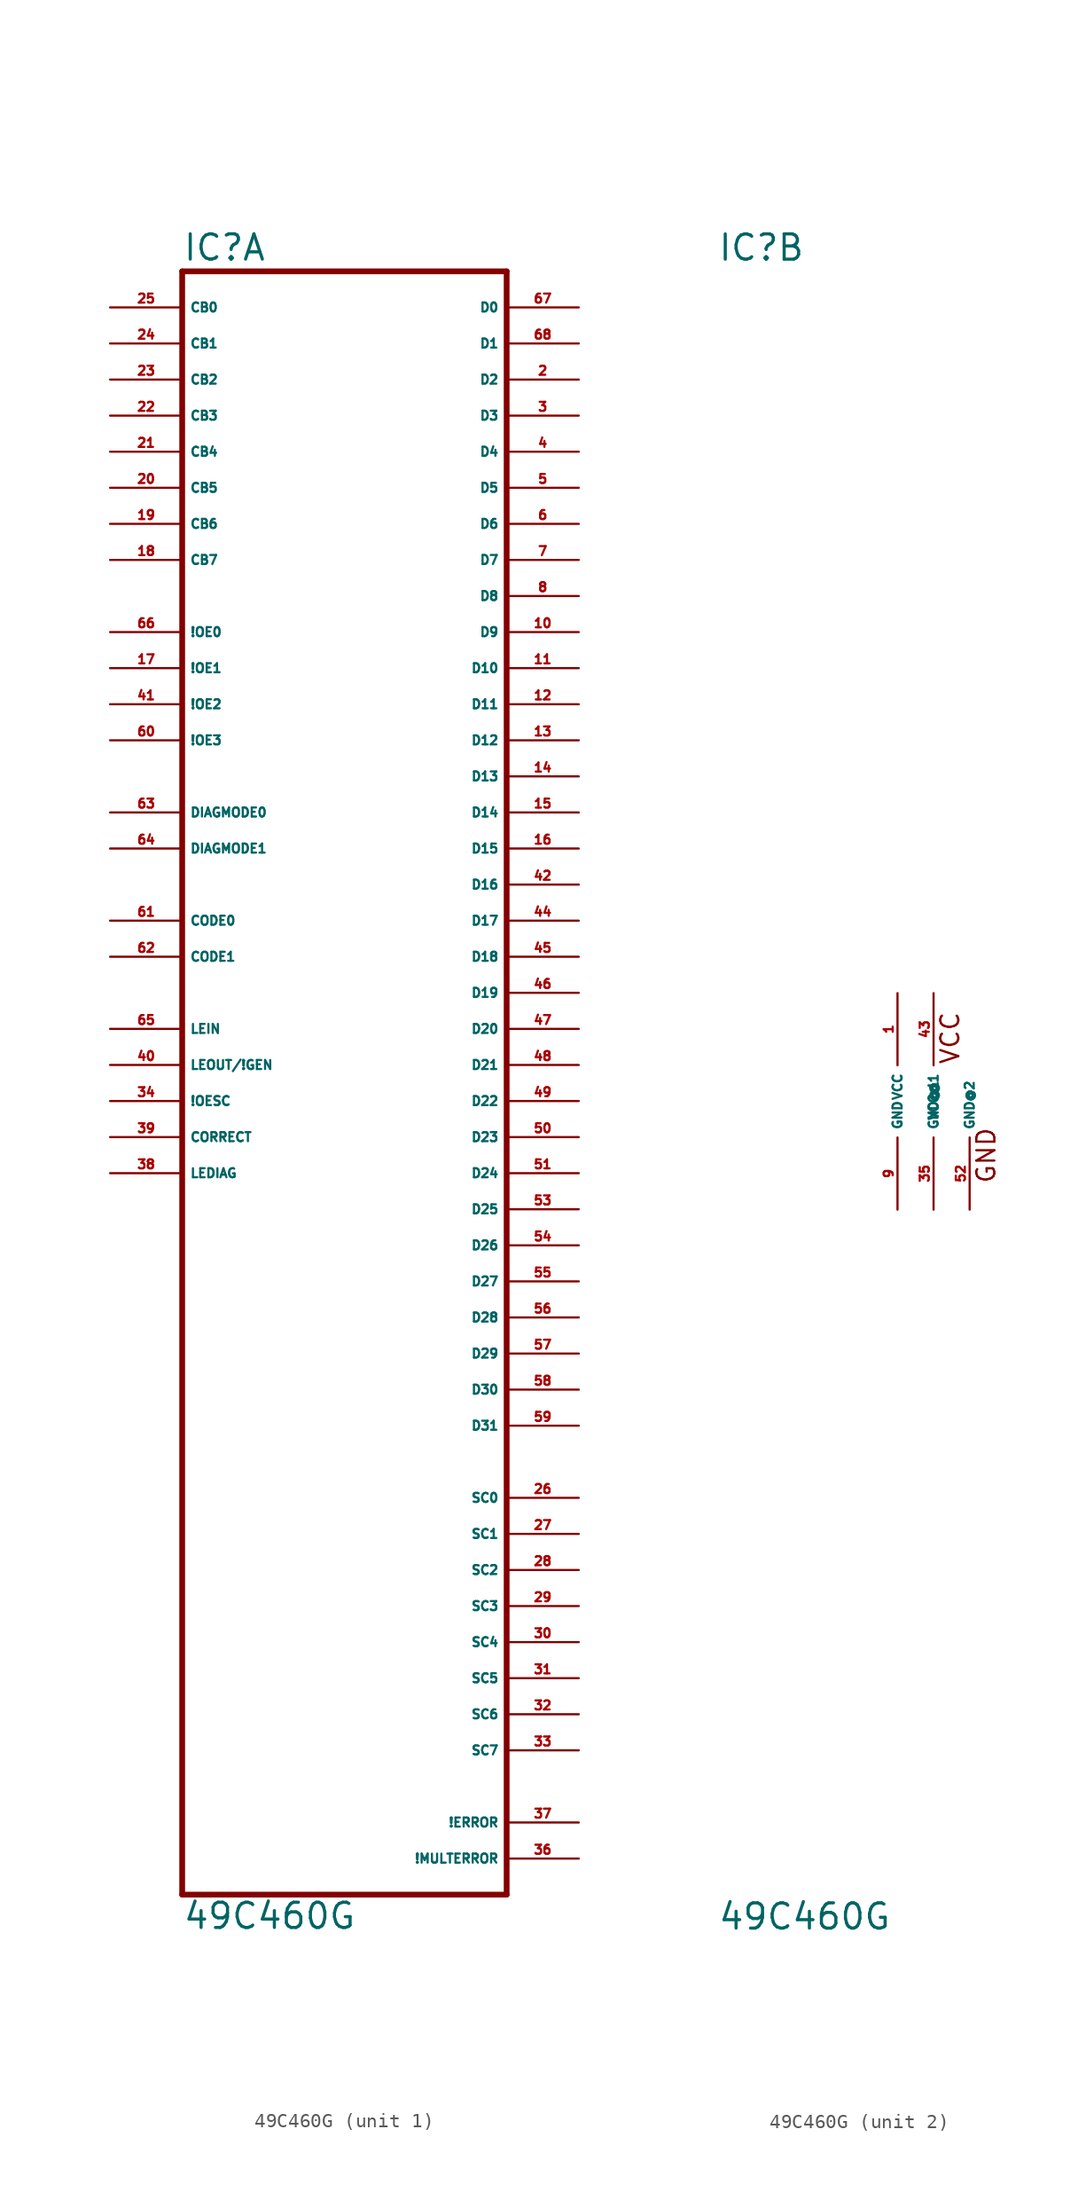
<source format=kicad_sym>
(kicad_symbol_lib
  (version 20220914)
  (generator Eagle2Kicad)
  (symbol "49C460G"
    (property "Reference" "IC"
      (at -12.7 59.055 0)
      (effects (font (size 1.778 1.778) (thickness 0.22)) (justify left bottom)))
    (property "Value" "49C460G"
      (at -12.7 -58.42 0)
      (effects (font (size 1.778 1.778) (thickness 0.22)) (justify left bottom)))
    (symbol "49C460G_1_0"
      (polyline (pts (xy -12.7 58.42) (xy 10.16 58.42)) (stroke (width 0.406) (type default)) (fill (type none)))
      (polyline (pts (xy 10.16 58.42) (xy 10.16 -55.88)) (stroke (width 0.406) (type default)) (fill (type none)))
      (polyline (pts (xy 10.16 -55.88) (xy -12.7 -55.88)) (stroke (width 0.406) (type default)) (fill (type none)))
      (polyline (pts (xy -12.7 -55.88) (xy -12.7 58.42)) (stroke (width 0.406) (type default)) (fill (type none)))
      (pin bidirectional line (at 15.24 55.88 180) (length 5.08) (name "D0" (effects (font (size 0.635 0.635) (thickness 0.08)) (justify left bottom))) (number "67" (effects (font (size 0.635 0.635) (thickness 0.08)) (justify left bottom))))
      (pin bidirectional line (at 15.24 53.34 180) (length 5.08) (name "D1" (effects (font (size 0.635 0.635) (thickness 0.08)) (justify left bottom))) (number "68" (effects (font (size 0.635 0.635) (thickness 0.08)) (justify left bottom))))
      (pin bidirectional line (at 15.24 50.8 180) (length 5.08) (name "D2" (effects (font (size 0.635 0.635) (thickness 0.08)) (justify left bottom))) (number "2" (effects (font (size 0.635 0.635) (thickness 0.08)) (justify left bottom))))
      (pin bidirectional line (at 15.24 48.26 180) (length 5.08) (name "D3" (effects (font (size 0.635 0.635) (thickness 0.08)) (justify left bottom))) (number "3" (effects (font (size 0.635 0.635) (thickness 0.08)) (justify left bottom))))
      (pin bidirectional line (at 15.24 45.72 180) (length 5.08) (name "D4" (effects (font (size 0.635 0.635) (thickness 0.08)) (justify left bottom))) (number "4" (effects (font (size 0.635 0.635) (thickness 0.08)) (justify left bottom))))
      (pin bidirectional line (at 15.24 43.18 180) (length 5.08) (name "D5" (effects (font (size 0.635 0.635) (thickness 0.08)) (justify left bottom))) (number "5" (effects (font (size 0.635 0.635) (thickness 0.08)) (justify left bottom))))
      (pin bidirectional line (at 15.24 40.64 180) (length 5.08) (name "D6" (effects (font (size 0.635 0.635) (thickness 0.08)) (justify left bottom))) (number "6" (effects (font (size 0.635 0.635) (thickness 0.08)) (justify left bottom))))
      (pin bidirectional line (at 15.24 38.1 180) (length 5.08) (name "D7" (effects (font (size 0.635 0.635) (thickness 0.08)) (justify left bottom))) (number "7" (effects (font (size 0.635 0.635) (thickness 0.08)) (justify left bottom))))
      (pin bidirectional line (at 15.24 35.56 180) (length 5.08) (name "D8" (effects (font (size 0.635 0.635) (thickness 0.08)) (justify left bottom))) (number "8" (effects (font (size 0.635 0.635) (thickness 0.08)) (justify left bottom))))
      (pin bidirectional line (at 15.24 33.02 180) (length 5.08) (name "D9" (effects (font (size 0.635 0.635) (thickness 0.08)) (justify left bottom))) (number "10" (effects (font (size 0.635 0.635) (thickness 0.08)) (justify left bottom))))
      (pin bidirectional line (at 15.24 30.48 180) (length 5.08) (name "D10" (effects (font (size 0.635 0.635) (thickness 0.08)) (justify left bottom))) (number "11" (effects (font (size 0.635 0.635) (thickness 0.08)) (justify left bottom))))
      (pin bidirectional line (at 15.24 27.94 180) (length 5.08) (name "D11" (effects (font (size 0.635 0.635) (thickness 0.08)) (justify left bottom))) (number "12" (effects (font (size 0.635 0.635) (thickness 0.08)) (justify left bottom))))
      (pin bidirectional line (at 15.24 25.4 180) (length 5.08) (name "D12" (effects (font (size 0.635 0.635) (thickness 0.08)) (justify left bottom))) (number "13" (effects (font (size 0.635 0.635) (thickness 0.08)) (justify left bottom))))
      (pin bidirectional line (at 15.24 22.86 180) (length 5.08) (name "D13" (effects (font (size 0.635 0.635) (thickness 0.08)) (justify left bottom))) (number "14" (effects (font (size 0.635 0.635) (thickness 0.08)) (justify left bottom))))
      (pin bidirectional line (at 15.24 20.32 180) (length 5.08) (name "D14" (effects (font (size 0.635 0.635) (thickness 0.08)) (justify left bottom))) (number "15" (effects (font (size 0.635 0.635) (thickness 0.08)) (justify left bottom))))
      (pin bidirectional line (at 15.24 17.78 180) (length 5.08) (name "D15" (effects (font (size 0.635 0.635) (thickness 0.08)) (justify left bottom))) (number "16" (effects (font (size 0.635 0.635) (thickness 0.08)) (justify left bottom))))
      (pin bidirectional line (at 15.24 15.24 180) (length 5.08) (name "D16" (effects (font (size 0.635 0.635) (thickness 0.08)) (justify left bottom))) (number "42" (effects (font (size 0.635 0.635) (thickness 0.08)) (justify left bottom))))
      (pin bidirectional line (at 15.24 12.7 180) (length 5.08) (name "D17" (effects (font (size 0.635 0.635) (thickness 0.08)) (justify left bottom))) (number "44" (effects (font (size 0.635 0.635) (thickness 0.08)) (justify left bottom))))
      (pin bidirectional line (at 15.24 10.16 180) (length 5.08) (name "D18" (effects (font (size 0.635 0.635) (thickness 0.08)) (justify left bottom))) (number "45" (effects (font (size 0.635 0.635) (thickness 0.08)) (justify left bottom))))
      (pin bidirectional line (at 15.24 7.62 180) (length 5.08) (name "D19" (effects (font (size 0.635 0.635) (thickness 0.08)) (justify left bottom))) (number "46" (effects (font (size 0.635 0.635) (thickness 0.08)) (justify left bottom))))
      (pin bidirectional line (at 15.24 5.08 180) (length 5.08) (name "D20" (effects (font (size 0.635 0.635) (thickness 0.08)) (justify left bottom))) (number "47" (effects (font (size 0.635 0.635) (thickness 0.08)) (justify left bottom))))
      (pin bidirectional line (at 15.24 2.54 180) (length 5.08) (name "D21" (effects (font (size 0.635 0.635) (thickness 0.08)) (justify left bottom))) (number "48" (effects (font (size 0.635 0.635) (thickness 0.08)) (justify left bottom))))
      (pin bidirectional line (at 15.24 0 180) (length 5.08) (name "D22" (effects (font (size 0.635 0.635) (thickness 0.08)) (justify left bottom))) (number "49" (effects (font (size 0.635 0.635) (thickness 0.08)) (justify left bottom))))
      (pin bidirectional line (at 15.24 -2.54 180) (length 5.08) (name "D23" (effects (font (size 0.635 0.635) (thickness 0.08)) (justify left bottom))) (number "50" (effects (font (size 0.635 0.635) (thickness 0.08)) (justify left bottom))))
      (pin bidirectional line (at 15.24 -5.08 180) (length 5.08) (name "D24" (effects (font (size 0.635 0.635) (thickness 0.08)) (justify left bottom))) (number "51" (effects (font (size 0.635 0.635) (thickness 0.08)) (justify left bottom))))
      (pin bidirectional line (at 15.24 -7.62 180) (length 5.08) (name "D25" (effects (font (size 0.635 0.635) (thickness 0.08)) (justify left bottom))) (number "53" (effects (font (size 0.635 0.635) (thickness 0.08)) (justify left bottom))))
      (pin bidirectional line (at 15.24 -10.16 180) (length 5.08) (name "D26" (effects (font (size 0.635 0.635) (thickness 0.08)) (justify left bottom))) (number "54" (effects (font (size 0.635 0.635) (thickness 0.08)) (justify left bottom))))
      (pin bidirectional line (at 15.24 -12.7 180) (length 5.08) (name "D27" (effects (font (size 0.635 0.635) (thickness 0.08)) (justify left bottom))) (number "55" (effects (font (size 0.635 0.635) (thickness 0.08)) (justify left bottom))))
      (pin bidirectional line (at 15.24 -15.24 180) (length 5.08) (name "D28" (effects (font (size 0.635 0.635) (thickness 0.08)) (justify left bottom))) (number "56" (effects (font (size 0.635 0.635) (thickness 0.08)) (justify left bottom))))
      (pin bidirectional line (at 15.24 -17.78 180) (length 5.08) (name "D29" (effects (font (size 0.635 0.635) (thickness 0.08)) (justify left bottom))) (number "57" (effects (font (size 0.635 0.635) (thickness 0.08)) (justify left bottom))))
      (pin bidirectional line (at 15.24 -20.32 180) (length 5.08) (name "D30" (effects (font (size 0.635 0.635) (thickness 0.08)) (justify left bottom))) (number "58" (effects (font (size 0.635 0.635) (thickness 0.08)) (justify left bottom))))
      (pin bidirectional line (at 15.24 -22.86 180) (length 5.08) (name "D31" (effects (font (size 0.635 0.635) (thickness 0.08)) (justify left bottom))) (number "59" (effects (font (size 0.635 0.635) (thickness 0.08)) (justify left bottom))))
      (pin input line (at -17.78 55.88 0) (length 5.08) (name "CB0" (effects (font (size 0.635 0.635) (thickness 0.08)) (justify left bottom))) (number "25" (effects (font (size 0.635 0.635) (thickness 0.08)) (justify left bottom))))
      (pin input line (at -17.78 53.34 0) (length 5.08) (name "CB1" (effects (font (size 0.635 0.635) (thickness 0.08)) (justify left bottom))) (number "24" (effects (font (size 0.635 0.635) (thickness 0.08)) (justify left bottom))))
      (pin input line (at -17.78 50.8 0) (length 5.08) (name "CB2" (effects (font (size 0.635 0.635) (thickness 0.08)) (justify left bottom))) (number "23" (effects (font (size 0.635 0.635) (thickness 0.08)) (justify left bottom))))
      (pin input line (at -17.78 48.26 0) (length 5.08) (name "CB3" (effects (font (size 0.635 0.635) (thickness 0.08)) (justify left bottom))) (number "22" (effects (font (size 0.635 0.635) (thickness 0.08)) (justify left bottom))))
      (pin input line (at -17.78 45.72 0) (length 5.08) (name "CB4" (effects (font (size 0.635 0.635) (thickness 0.08)) (justify left bottom))) (number "21" (effects (font (size 0.635 0.635) (thickness 0.08)) (justify left bottom))))
      (pin input line (at -17.78 43.18 0) (length 5.08) (name "CB5" (effects (font (size 0.635 0.635) (thickness 0.08)) (justify left bottom))) (number "20" (effects (font (size 0.635 0.635) (thickness 0.08)) (justify left bottom))))
      (pin input line (at -17.78 40.64 0) (length 5.08) (name "CB6" (effects (font (size 0.635 0.635) (thickness 0.08)) (justify left bottom))) (number "19" (effects (font (size 0.635 0.635) (thickness 0.08)) (justify left bottom))))
      (pin input line (at -17.78 38.1 0) (length 5.08) (name "CB7" (effects (font (size 0.635 0.635) (thickness 0.08)) (justify left bottom))) (number "18" (effects (font (size 0.635 0.635) (thickness 0.08)) (justify left bottom))))
      (pin input line (at -17.78 33.02 0) (length 5.08) (name "!OE0" (effects (font (size 0.635 0.635) (thickness 0.08)) (justify left bottom))) (number "66" (effects (font (size 0.635 0.635) (thickness 0.08)) (justify left bottom))))
      (pin input line (at -17.78 30.48 0) (length 5.08) (name "!OE1" (effects (font (size 0.635 0.635) (thickness 0.08)) (justify left bottom))) (number "17" (effects (font (size 0.635 0.635) (thickness 0.08)) (justify left bottom))))
      (pin input line (at -17.78 27.94 0) (length 5.08) (name "!OE2" (effects (font (size 0.635 0.635) (thickness 0.08)) (justify left bottom))) (number "41" (effects (font (size 0.635 0.635) (thickness 0.08)) (justify left bottom))))
      (pin input line (at -17.78 20.32 0) (length 5.08) (name "DIAGMODE0" (effects (font (size 0.635 0.635) (thickness 0.08)) (justify left bottom))) (number "63" (effects (font (size 0.635 0.635) (thickness 0.08)) (justify left bottom))))
      (pin input line (at -17.78 17.78 0) (length 5.08) (name "DIAGMODE1" (effects (font (size 0.635 0.635) (thickness 0.08)) (justify left bottom))) (number "64" (effects (font (size 0.635 0.635) (thickness 0.08)) (justify left bottom))))
      (pin input line (at -17.78 2.54 0) (length 5.08) (name "LEOUT/!GEN" (effects (font (size 0.635 0.635) (thickness 0.08)) (justify left bottom))) (number "40" (effects (font (size 0.635 0.635) (thickness 0.08)) (justify left bottom))))
      (pin input line (at -17.78 0 0) (length 5.08) (name "!OESC" (effects (font (size 0.635 0.635) (thickness 0.08)) (justify left bottom))) (number "34" (effects (font (size 0.635 0.635) (thickness 0.08)) (justify left bottom))))
      (pin input line (at -17.78 -2.54 0) (length 5.08) (name "CORRECT" (effects (font (size 0.635 0.635) (thickness 0.08)) (justify left bottom))) (number "39" (effects (font (size 0.635 0.635) (thickness 0.08)) (justify left bottom))))
      (pin input line (at -17.78 12.7 0) (length 5.08) (name "CODE0" (effects (font (size 0.635 0.635) (thickness 0.08)) (justify left bottom))) (number "61" (effects (font (size 0.635 0.635) (thickness 0.08)) (justify left bottom))))
      (pin input line (at -17.78 10.16 0) (length 5.08) (name "CODE1" (effects (font (size 0.635 0.635) (thickness 0.08)) (justify left bottom))) (number "62" (effects (font (size 0.635 0.635) (thickness 0.08)) (justify left bottom))))
      (pin input line (at -17.78 -5.08 0) (length 5.08) (name "LEDIAG" (effects (font (size 0.635 0.635) (thickness 0.08)) (justify left bottom))) (number "38" (effects (font (size 0.635 0.635) (thickness 0.08)) (justify left bottom))))
      (pin output line (at 15.24 -27.94 180) (length 5.08) (name "SC0" (effects (font (size 0.635 0.635) (thickness 0.08)) (justify left bottom))) (number "26" (effects (font (size 0.635 0.635) (thickness 0.08)) (justify left bottom))))
      (pin output line (at 15.24 -30.48 180) (length 5.08) (name "SC1" (effects (font (size 0.635 0.635) (thickness 0.08)) (justify left bottom))) (number "27" (effects (font (size 0.635 0.635) (thickness 0.08)) (justify left bottom))))
      (pin output line (at 15.24 -33.02 180) (length 5.08) (name "SC2" (effects (font (size 0.635 0.635) (thickness 0.08)) (justify left bottom))) (number "28" (effects (font (size 0.635 0.635) (thickness 0.08)) (justify left bottom))))
      (pin output line (at 15.24 -35.56 180) (length 5.08) (name "SC3" (effects (font (size 0.635 0.635) (thickness 0.08)) (justify left bottom))) (number "29" (effects (font (size 0.635 0.635) (thickness 0.08)) (justify left bottom))))
      (pin output line (at 15.24 -38.1 180) (length 5.08) (name "SC4" (effects (font (size 0.635 0.635) (thickness 0.08)) (justify left bottom))) (number "30" (effects (font (size 0.635 0.635) (thickness 0.08)) (justify left bottom))))
      (pin output line (at 15.24 -40.64 180) (length 5.08) (name "SC5" (effects (font (size 0.635 0.635) (thickness 0.08)) (justify left bottom))) (number "31" (effects (font (size 0.635 0.635) (thickness 0.08)) (justify left bottom))))
      (pin output line (at 15.24 -43.18 180) (length 5.08) (name "SC6" (effects (font (size 0.635 0.635) (thickness 0.08)) (justify left bottom))) (number "32" (effects (font (size 0.635 0.635) (thickness 0.08)) (justify left bottom))))
      (pin output line (at 15.24 -45.72 180) (length 5.08) (name "SC7" (effects (font (size 0.635 0.635) (thickness 0.08)) (justify left bottom))) (number "33" (effects (font (size 0.635 0.635) (thickness 0.08)) (justify left bottom))))
      (pin output line (at 15.24 -50.8 180) (length 5.08) (name "!ERROR" (effects (font (size 0.635 0.635) (thickness 0.08)) (justify left bottom))) (number "37" (effects (font (size 0.635 0.635) (thickness 0.08)) (justify left bottom))))
      (pin output line (at 15.24 -53.34 180) (length 5.08) (name "!MULTERROR" (effects (font (size 0.635 0.635) (thickness 0.08)) (justify left bottom))) (number "36" (effects (font (size 0.635 0.635) (thickness 0.08)) (justify left bottom))))
      (pin input line (at -17.78 25.4 0) (length 5.08) (name "!OE3" (effects (font (size 0.635 0.635) (thickness 0.08)) (justify left bottom))) (number "60" (effects (font (size 0.635 0.635) (thickness 0.08)) (justify left bottom))))
      (pin input line (at -17.78 5.08 0) (length 5.08) (name "LEIN" (effects (font (size 0.635 0.635) (thickness 0.08)) (justify left bottom))) (number "65" (effects (font (size 0.635 0.635) (thickness 0.08)) (justify left bottom)))))
    (symbol "49C460G_2_0"
      (text "GND" (at 6.985 -5.842 900) (effects (font (size 1.27 1.27) (thickness 0.16)) (justify left bottom)))
      (text "VCC" (at 4.445 2.54 900) (effects (font (size 1.27 1.27) (thickness 0.16)) (justify left bottom)))
      (pin unspecified line (at 0 7.62 270) (length 5.08) (name "VCC" (effects (font (size 0.635 0.635) (thickness 0.08)) (justify left bottom))) (number "1" (effects (font (size 0.635 0.635) (thickness 0.08)) (justify left bottom))))
      (pin unspecified line (at 0 -7.62 90) (length 5.08) (name "GND" (effects (font (size 0.635 0.635) (thickness 0.08)) (justify left bottom))) (number "9" (effects (font (size 0.635 0.635) (thickness 0.08)) (justify left bottom))))
      (pin unspecified line (at 2.54 7.62 270) (length 5.08) (name "VCC@1" (effects (font (size 0.635 0.635) (thickness 0.08)) (justify left bottom))) (number "43" (effects (font (size 0.635 0.635) (thickness 0.08)) (justify left bottom))))
      (pin unspecified line (at 2.54 -7.62 90) (length 5.08) (name "GND@1" (effects (font (size 0.635 0.635) (thickness 0.08)) (justify left bottom))) (number "35" (effects (font (size 0.635 0.635) (thickness 0.08)) (justify left bottom))))
      (pin unspecified line (at 5.08 -7.62 90) (length 5.08) (name "GND@2" (effects (font (size 0.635 0.635) (thickness 0.08)) (justify left bottom))) (number "52" (effects (font (size 0.635 0.635) (thickness 0.08)) (justify left bottom)))))))
</source>
